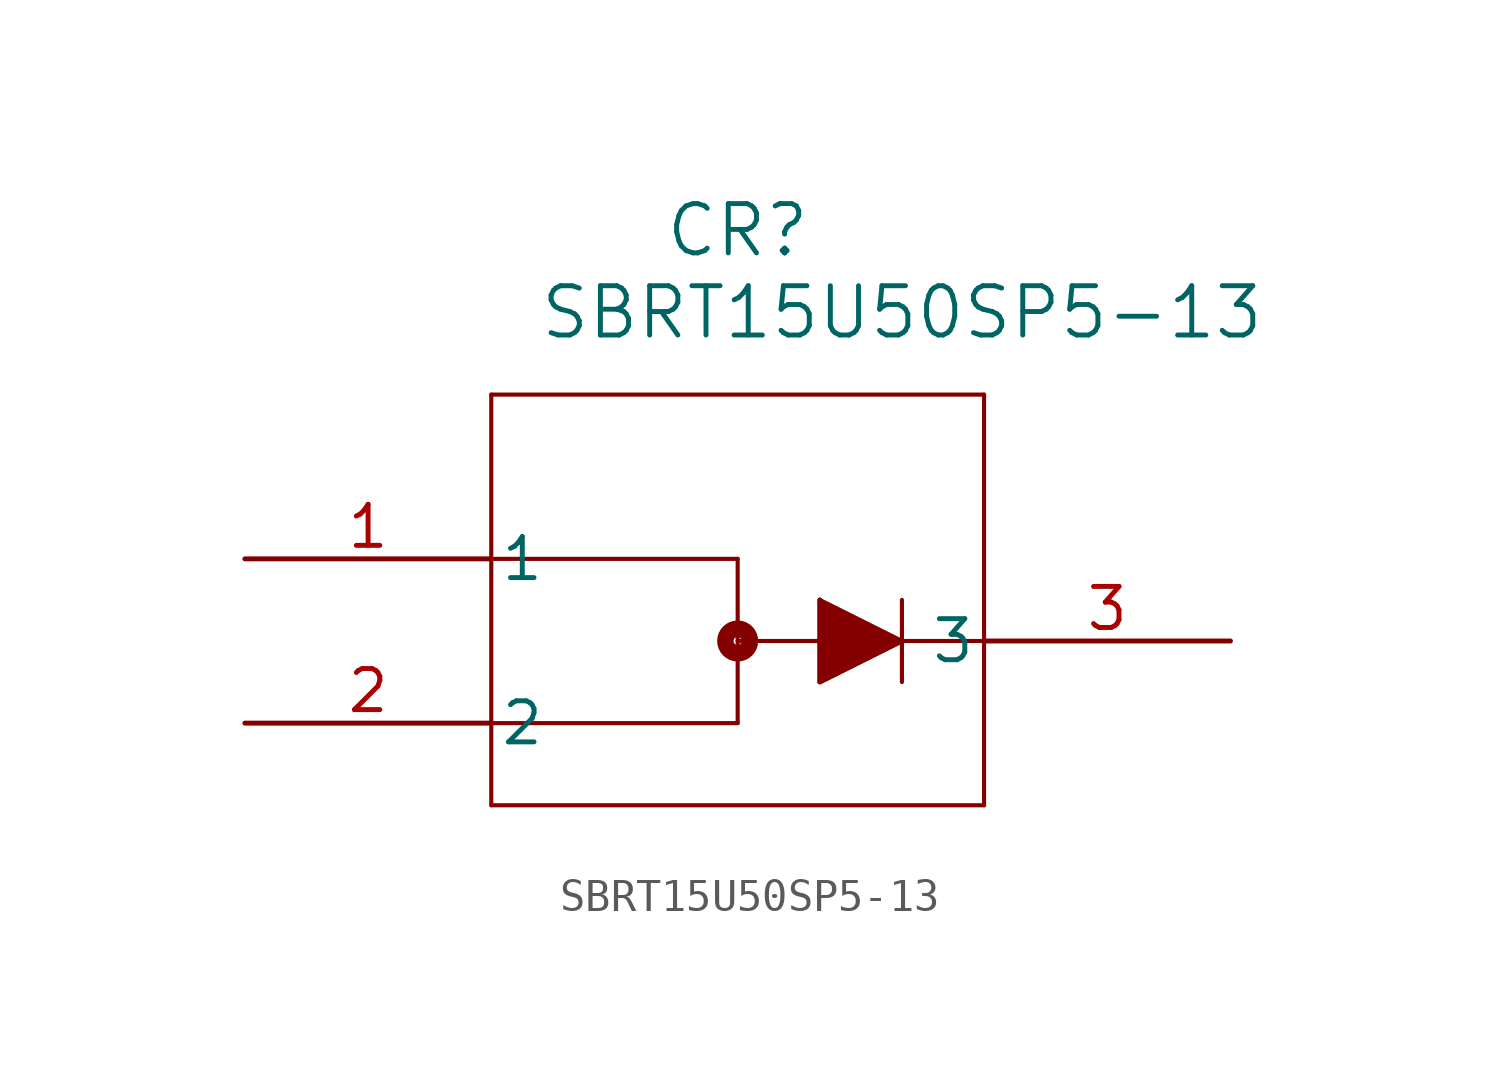
<source format=kicad_sym>
(kicad_symbol_lib
  (version 20211014)
  (generator kicad_symbol_editor)
  (symbol "SBRT15U50SP5-13"
    (pin_names
      (offset 0.254))
    (property "Reference" "CR"
      (at 15.24 10.16 0)
      (effects (font (size 1.524 1.524))))
    (property "Value" "SBRT15U50SP5-13"
      (at 20.32 7.62 0)
      (effects (font (size 1.524 1.524))))
    (symbol "SBRT15U50SP5-13_0_1"
      (polyline (pts (xy 7.62 5.08) (xy 7.62 -7.62)) (stroke (width 0.127) (type default) (color 0 0 0 0)) (fill (type none)))
      (polyline (pts (xy 7.62 -7.62) (xy 22.86 -7.62)) (stroke (width 0.127) (type default) (color 0 0 0 0)) (fill (type none)))
      (polyline (pts (xy 22.86 -7.62) (xy 22.86 5.08)) (stroke (width 0.127) (type default) (color 0 0 0 0)) (fill (type none)))
      (polyline (pts (xy 22.86 5.08) (xy 7.62 5.08)) (stroke (width 0.127) (type default) (color 0 0 0 0)) (fill (type none)))
      (polyline (pts (xy 7.62 0) (xy 15.24 0)) (stroke (width 0.127) (type default) (color 0 0 0 0)) (fill (type none)))
      (polyline (pts (xy 7.62 -5.08) (xy 15.24 -5.08)) (stroke (width 0.127) (type default) (color 0 0 0 0)) (fill (type none)))
      (polyline (pts (xy 15.24 0) (xy 15.24 -5.08)) (stroke (width 0.127) (type default) (color 0 0 0 0)) (fill (type none)))
      (polyline (pts (xy 15.24 -2.54) (xy 22.86 -2.54)) (stroke (width 0.127) (type default) (color 0 0 0 0)) (fill (type none)))
      (polyline (pts (xy 17.78 -1.27) (xy 17.78 -3.81)) (stroke (width 0.127) (type default) (color 0 0 0 0)) (fill (type none)))
      (polyline (pts (xy 17.78 -1.27) (xy 20.32 -2.54)) (stroke (width 0.127) (type default) (color 0 0 0 0)) (fill (type none)))
      (polyline (pts (xy 17.78 -3.81) (xy 20.32 -2.54)) (stroke (width 0.127) (type default) (color 0 0 0 0)) (fill (type none)))
      (polyline (pts (xy 20.32 -1.27) (xy 20.32 -3.81)) (stroke (width 0.127) (type default) (color 0 0 0 0)) (fill (type none)))
      (polyline (pts (xy 17.78 -1.27) (xy 17.78 -3.81) (xy 20.32 -2.54)) (stroke (width 0) (type default) (color 0 0 0 0)) (fill (type outline)))
      (circle (center 15.24 -2.54) (radius 0.127) (stroke (width 0.508) (type default) (color 0 0 0 0)) (fill (type none)))
      (pin unspecified line (at 0 0 0) (length 7.62) (name "1" (effects (font (size 1.27 1.27)))) (number "1" (effects (font (size 1.27 1.27)))))
      (pin unspecified line (at 0 -5.08 0) (length 7.62) (name "2" (effects (font (size 1.27 1.27)))) (number "2" (effects (font (size 1.27 1.27)))))
      (pin unspecified line (at 30.48 -2.54 180) (length 7.62) (name "3" (effects (font (size 1.27 1.27)))) (number "3" (effects (font (size 1.27 1.27))))))))
</source>
